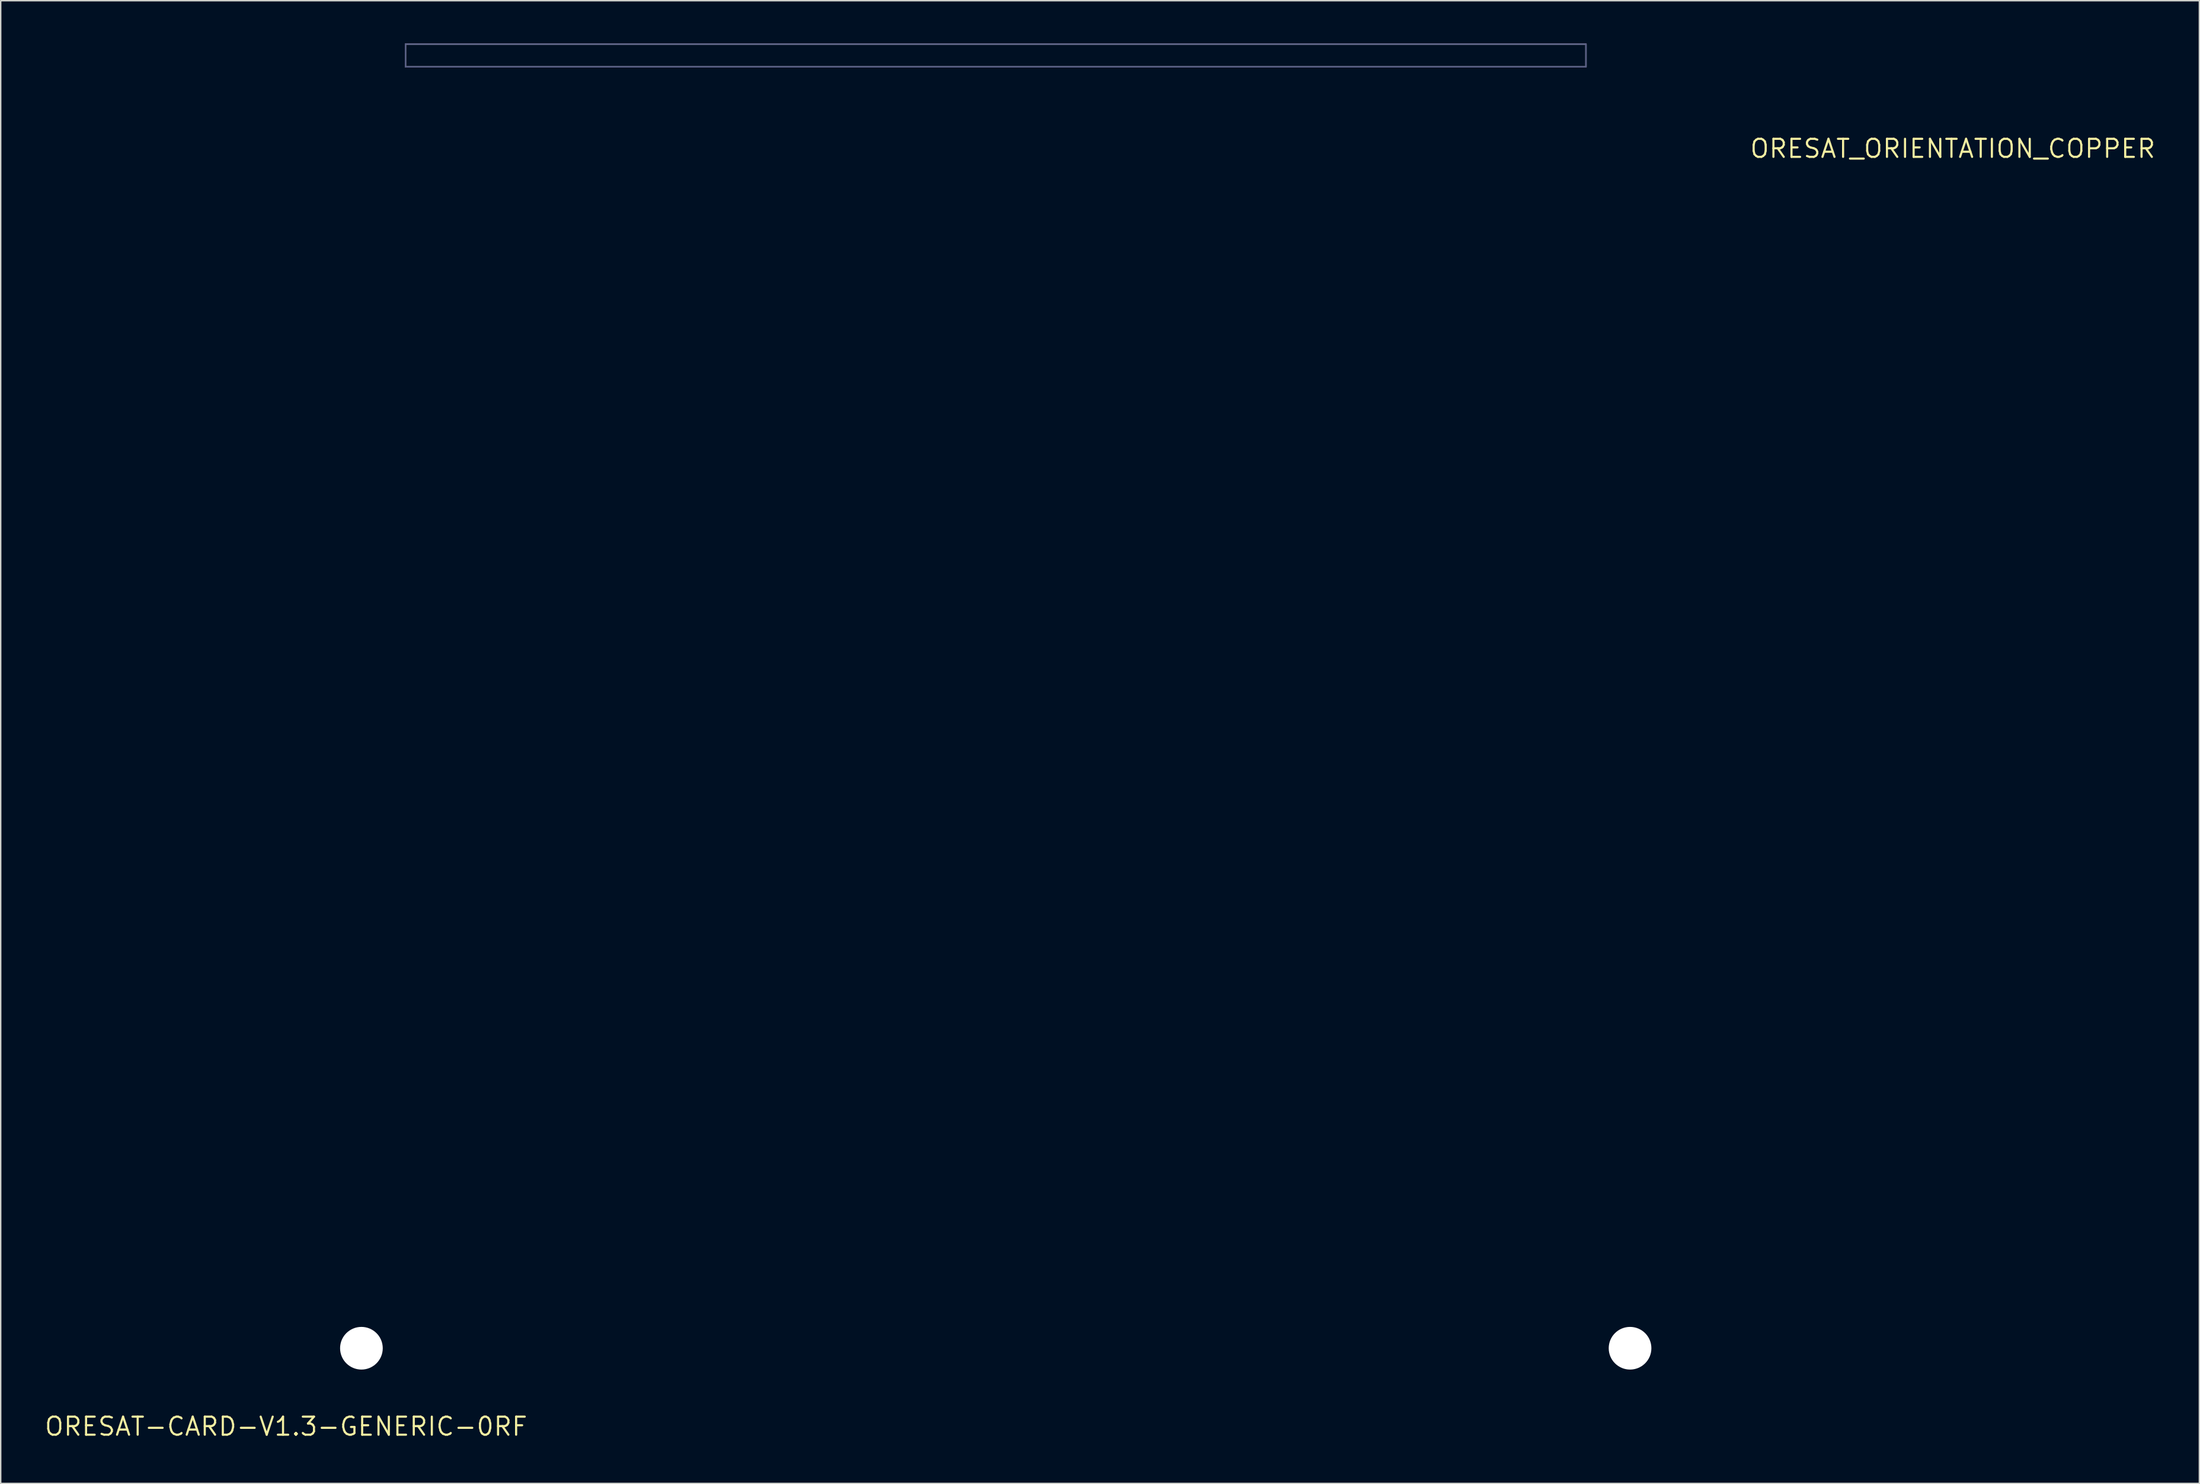
<source format=kicad_pcb>
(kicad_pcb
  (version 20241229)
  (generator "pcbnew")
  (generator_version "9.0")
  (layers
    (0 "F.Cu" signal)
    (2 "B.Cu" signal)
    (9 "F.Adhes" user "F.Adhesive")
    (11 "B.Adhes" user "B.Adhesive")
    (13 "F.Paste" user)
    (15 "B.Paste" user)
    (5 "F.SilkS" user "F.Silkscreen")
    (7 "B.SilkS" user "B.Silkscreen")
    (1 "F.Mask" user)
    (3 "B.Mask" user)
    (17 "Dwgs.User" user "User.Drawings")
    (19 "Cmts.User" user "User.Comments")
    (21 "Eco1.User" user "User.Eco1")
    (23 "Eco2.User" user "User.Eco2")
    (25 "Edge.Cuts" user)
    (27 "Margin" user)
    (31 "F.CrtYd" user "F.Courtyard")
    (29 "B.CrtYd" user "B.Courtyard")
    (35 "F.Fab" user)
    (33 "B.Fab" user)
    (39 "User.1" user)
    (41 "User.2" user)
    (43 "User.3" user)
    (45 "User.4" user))
  (footprint "ORESAT_ORIENTATION_COPPER"
    (layer "F.Cu")
    (at 134.252 7.4)
    (property "Reference" "ORESAT_ORIENTATION_COPPER" (at 0 0 0) (layer "F.SilkS") (effects (font (size 1.27 1.27) (thickness 0.15))))
    (fp_line (start 1.875 1.625) (end 1.625 1.875) (stroke (width 0.2) (type solid)) (layer "F.Mask"))
    (fp_poly (pts (xy -4.6 -1.759) (xy -4.6 -4.6) (xy -1.759 -4.6)) (stroke (width 0) (type default)) (fill yes) (layer "F.Mask"))
    (fp_poly (pts (xy 2.35 2.35) (xy 1.009 2.35) (xy 2.35 1.009)) (stroke (width 0) (type default)) (fill yes) (layer "F.Mask"))
    (fp_poly (pts (xy -1.816 -2.843) (xy -1.473 -2.272) (xy -1.098 -1.72) (xy -0.695 -1.189) (xy -0.263 -0.68) (xy 0.197 -0.195) (xy 2.212 1.821) (xy 2.479 2.62) (xy -3.391 -3.25) (xy -2.472 -4.169)) (stroke (width 0) (type default)) (fill yes) (layer "F.Mask"))
    (fp_poly (pts (xy 2.583 2.466) (xy 1.821 2.212) (xy -0.195 0.197) (xy -0.68 -0.263) (xy -1.189 -0.695) (xy -1.72 -1.098) (xy -2.272 -1.473) (xy -2.843 -1.816) (xy -4.169 -2.472) (xy -2.997 -3.645)) (stroke (width 0) (type default)) (fill yes) (layer "F.Mask"))
    (fp_poly (pts (xy 1.153 -4.436) (xy 0.564 -4.436) (xy 0.564 -0.564) (xy 4.436 -0.564) (xy 4.436 -1.153) (xy 5.59 0) (xy 4.436 1.153) (xy 4.436 0.564) (xy 0.564 0.564) (xy 0.564 4.436) (xy 1.153 4.436) (xy 0 5.59) (xy -1.153 4.436) (xy -0.564 4.436) (xy -0.564 0.564) (xy -4.436 0.564) (xy -4.436 1.153) (xy -5.59 0) (xy -4.436 -1.153) (xy -4.436 -0.564) (xy -0.564 -0.564) (xy -0.564 -4.436) (xy -1.153 -4.436) (xy 0 -5.59)) (stroke (width 0) (type default)) (fill yes) (layer "F.Mask"))
    (fp_text user "+X" (at 0 6 180) (unlocked yes) (layer "F.Mask") (effects (font (size 0.8 0.8) (thickness 0.2)) (justify bottom)))
    (fp_text user "+Z" (at -4.623 -5.992 180) (unlocked yes) (layer "F.Mask") (effects (font (size 1 1) (thickness 0.25)) (justify left bottom)))
    (fp_text user "-X" (at 0 -6 0) (unlocked yes) (layer "F.Mask") (effects (font (size 0.8 0.8) (thickness 0.2)) (justify bottom)))
    (fp_text user "-Z" (at 2.147 3.292 0) (unlocked yes) (layer "F.Mask") (effects (font (size 0.508 0.508) (thickness 0.127)) (justify left bottom)))
    (fp_text user "+Y" (at 6 0 180) (unlocked yes) (layer "F.Mask") (effects (font (size 0.8 0.8) (thickness 0.2)) (justify right)))
    (fp_text user "-Y" (at -6 0 0) (unlocked yes) (layer "F.Mask") (effects (font (size 0.8 0.8) (thickness 0.2)) (justify right))))
  (footprint "ORESAT-CARD-V1.3-GENERIC-0RF"
    (layer "F.Cu")
    (at 17.062 97.25)
    (property "Reference" "ORESAT-CARD-V1.3-GENERIC-0RF" (at 0 0 0) (layer "F.SilkS") (effects (font (size 1.27 1.27) (thickness 0.15))))
    (fp_poly (pts (xy 2.75 -8.55) (xy 0.497 -8.55) (xy 0.358 -8.568) (xy 0.225 -8.623) (xy 0.111 -8.711) (xy 0.021 -8.827) (xy -0.05 -9.093) (xy -0.05 -88.821) (xy 2.75 -91.621)) (stroke (width 0) (type default)) (fill yes) (layer "F.Mask"))
    (fp_poly (pts (xy 99.85 -88.822) (xy 99.85 -9.097) (xy 99.832 -8.958) (xy 99.777 -8.825) (xy 99.689 -8.711) (xy 99.575 -8.623) (xy 99.442 -8.568) (xy 99.303 -8.55) (xy 97.05 -8.55) (xy 97.05 -91.414)) (stroke (width 0) (type default)) (fill yes) (layer "F.Mask"))
    (fp_poly (pts (xy 84.35 -0.497) (xy 84.332 -0.358) (xy 84.277 -0.225) (xy 84.189 -0.111) (xy 84.075 -0.023) (xy 83.942 0.032) (xy 83.803 0.05) (xy 15.997 0.05) (xy 15.858 0.032) (xy 15.725 -0.023) (xy 15.611 -0.111) (xy 15.521 -0.227) (xy 15.45 -0.493) (xy 15.45 -2.65) (xy 84.35 -2.65)) (stroke (width 0) (type default)) (fill yes) (layer "F.Mask"))
    (fp_poly (pts (xy 2.75 -8.55) (xy 0.497 -8.55) (xy 0.358 -8.568) (xy 0.225 -8.623) (xy 0.111 -8.711) (xy 0.021 -8.827) (xy -0.05 -9.093) (xy -0.05 -88.821) (xy 2.75 -91.621)) (stroke (width 0) (type default)) (fill yes) (layer "B.Mask"))
    (fp_poly (pts (xy 99.85 -88.822) (xy 99.85 -9.097) (xy 99.832 -8.958) (xy 99.777 -8.825) (xy 99.689 -8.711) (xy 99.575 -8.623) (xy 99.442 -8.568) (xy 99.303 -8.55) (xy 97.05 -8.55) (xy 97.05 -91.414)) (stroke (width 0) (type default)) (fill yes) (layer "B.Mask"))
    (fp_poly (pts (xy 84.35 -0.497) (xy 84.332 -0.358) (xy 84.277 -0.225) (xy 84.189 -0.111) (xy 84.075 -0.023) (xy 83.942 0.032) (xy 83.803 0.05) (xy 15.997 0.05) (xy 15.858 0.032) (xy 15.725 -0.023) (xy 15.611 -0.111) (xy 15.521 -0.227) (xy 15.45 -0.493) (xy 15.45 -2.65) (xy 84.35 -2.65)) (stroke (width 0) (type default)) (fill yes) (layer "B.Mask"))
    (fp_line (start 0 -88.8) (end 0 -9.1) (stroke (width 0.001) (type solid)) (layer "Cmts.User"))
    (fp_line (start 0.5 -8.6) (end 2.25 -8.6) (stroke (width 0.001) (type solid)) (layer "Cmts.User"))
    (fp_line (start 2.5 -91.3) (end 2.5 -8.6) (stroke (width 0.001) (type solid)) (layer "Cmts.User"))
    (fp_line (start 2.75 -8.1) (end 2.75 -3.4) (stroke (width 0.001) (type solid)) (layer "Cmts.User"))
    (fp_line (start 3.25 -2.9) (end 4.6 -2.9) (stroke (width 0.001) (type solid)) (layer "Cmts.User"))
    (fp_line (start 4.6 -93.4) (end 0 -88.8) (stroke (width 0.001) (type solid)) (layer "Cmts.User"))
    (fp_line (start 4.6 -2.9) (end 4.6 -93.4) (stroke (width 0.001) (type solid)) (layer "Cmts.User"))
    (fp_line (start 4.6 -2.9) (end 15 -2.9) (stroke (width 0.001) (type solid)) (layer "Cmts.User"))
    (fp_line (start 5.8 -94.6) (end 4.6 -93.4) (stroke (width 0.001) (type solid)) (layer "Cmts.User"))
    (fp_line (start 8.4 -95.6) (end 8.4 -97.2) (stroke (width 0.001) (type solid)) (layer "Cmts.User"))
    (fp_line (start 8.4 -2.9) (end 8.4 -94.6) (stroke (width 0.001) (type solid)) (layer "Cmts.User"))
    (fp_line (start 8.668 -94.6) (end 5.8 -94.6) (stroke (width 0.001) (type solid)) (layer "Cmts.User"))
    (fp_line (start 9.873 -87.9) (end 56.421 -87.9) (stroke (width 0.001) (type solid)) (layer "Cmts.User"))
    (fp_line (start 15.5 -2.4) (end 15.5 -0.5) (stroke (width 0.001) (type solid)) (layer "Cmts.User"))
    (fp_line (start 15.5 -2.4) (end 84.3 -2.4) (stroke (width 0.001) (type solid)) (layer "Cmts.User"))
    (fp_line (start 16 0) (end 83.8 0) (stroke (width 0.001) (type solid)) (layer "Cmts.User"))
    (fp_line (start 21.9 -89.9) (end 21.9 -85.9) (stroke (width 0.001) (type solid)) (layer "Cmts.User"))
    (fp_line (start 31.668 -94.6) (end 12.132 -94.6) (stroke (width 0.001) (type solid)) (layer "Cmts.User"))
    (fp_line (start 49.9 -44.572) (end 49.9 -89.9) (stroke (width 0.001) (type solid)) (layer "Cmts.User"))
    (fp_line (start 64.668 -94.6) (end 35.132 -94.6) (stroke (width 0.001) (type solid)) (layer "Cmts.User"))
    (fp_line (start 84.3 -0.5) (end 84.3 -2.4) (stroke (width 0.001) (type solid)) (layer "Cmts.User"))
    (fp_line (start 84.8 -2.9) (end 95.2 -2.9) (stroke (width 0.001) (type solid)) (layer "Cmts.User"))
    (fp_line (start 87.668 -94.6) (end 68.132 -94.6) (stroke (width 0.001) (type solid)) (layer "Cmts.User"))
    (fp_line (start 91.4 -97.2) (end 8.4 -97.2) (stroke (width 0.001) (type solid)) (layer "Cmts.User"))
    (fp_line (start 91.4 -97.2) (end 91.4 -95.6) (stroke (width 0.001) (type solid)) (layer "Cmts.User"))
    (fp_line (start 91.4 -95.6) (end 8.4 -95.6) (stroke (width 0.001) (type solid)) (layer "Cmts.User"))
    (fp_line (start 91.4 -2.9) (end 91.4 -94.6) (stroke (width 0.001) (type solid)) (layer "Cmts.User"))
    (fp_line (start 94 -94.6) (end 91.132 -94.6) (stroke (width 0.001) (type solid)) (layer "Cmts.User"))
    (fp_line (start 95.2 -93.4) (end 94 -94.6) (stroke (width 0.001) (type solid)) (layer "Cmts.User"))
    (fp_line (start 95.2 -2.9) (end 95.2 -93.4) (stroke (width 0.001) (type solid)) (layer "Cmts.User"))
    (fp_line (start 95.2 -2.9) (end 96.55 -2.9) (stroke (width 0.001) (type solid)) (layer "Cmts.User"))
    (fp_line (start 97.05 -3.4) (end 97.05 -8.1) (stroke (width 0.001) (type solid)) (layer "Cmts.User"))
    (fp_line (start 97.3 -8.55) (end 97.3 -91.3) (stroke (width 0.001) (type solid)) (layer "Cmts.User"))
    (fp_line (start 97.55 -8.6) (end 99.3 -8.6) (stroke (width 0.001) (type solid)) (layer "Cmts.User"))
    (fp_line (start 99.8 -88.8) (end 95.2 -93.4) (stroke (width 0.001) (type solid)) (layer "Cmts.User"))
    (fp_line (start 99.8 -9.1) (end 99.8 -88.8) (stroke (width 0.001) (type solid)) (layer "Cmts.User"))
    (fp_arc (start 0.5 -8.6) (mid 0.146447 -8.746447) (end 0 -9.1) (stroke (width 0.001) (type solid)) (layer "Cmts.User"))
    (fp_arc (start 2.25 -8.6) (mid 2.603553 -8.453553) (end 2.75 -8.1) (stroke (width 0.001) (type solid)) (layer "Cmts.User"))
    (fp_arc (start 3.25 -2.9) (mid 2.896447 -3.046447) (end 2.75 -3.4) (stroke (width 0.001) (type solid)) (layer "Cmts.User"))
    (fp_arc (start 12.13205 -94.6) (mid 10.400001 -93.6) (end 8.667951 -94.599999) (stroke (width 0.001) (type solid)) (layer "Cmts.User"))
    (fp_arc (start 15 -2.9) (mid 15.353553 -2.753553) (end 15.5 -2.4) (stroke (width 0.001) (type solid)) (layer "Cmts.User"))
    (fp_arc (start 16 0) (mid 15.646447 -0.146447) (end 15.5 -0.5) (stroke (width 0.001) (type solid)) (layer "Cmts.User"))
    (fp_arc (start 35.13205 -94.6) (mid 33.400001 -93.6) (end 31.667951 -94.599999) (stroke (width 0.001) (type solid)) (layer "Cmts.User"))
    (fp_arc (start 68.13205 -94.6) (mid 66.400001 -93.6) (end 64.667951 -94.599999) (stroke (width 0.001) (type solid)) (layer "Cmts.User"))
    (fp_arc (start 84.3 -2.4) (mid 84.446447 -2.753553) (end 84.8 -2.9) (stroke (width 0.001) (type solid)) (layer "Cmts.User"))
    (fp_arc (start 84.3 -0.5) (mid 84.153553 -0.146447) (end 83.8 0) (stroke (width 0.001) (type solid)) (layer "Cmts.User"))
    (fp_arc (start 91.13205 -94.6) (mid 89.400001 -93.6) (end 87.667951 -94.599999) (stroke (width 0.001) (type solid)) (layer "Cmts.User"))
    (fp_arc (start 97.05 -8.1) (mid 97.196447 -8.453553) (end 97.55 -8.6) (stroke (width 0.001) (type solid)) (layer "Cmts.User"))
    (fp_arc (start 97.05 -3.4) (mid 96.903553 -3.046447) (end 96.55 -2.9) (stroke (width 0.001) (type solid)) (layer "Cmts.User"))
    (fp_arc (start 99.8 -9.1) (mid 99.653553 -8.746447) (end 99.3 -8.6) (stroke (width 0.001) (type solid)) (layer "Cmts.User"))
    (fp_circle (center 49.9 -49.8) (end 52.4 -49.8) (stroke (width 0.001) (type solid)) (fill no) (layer "Cmts.User"))
    (fp_line (start 0 -88.8) (end 0 -9.1) (stroke (width 0.001) (type solid)) (layer "Edge.Cuts"))
    (fp_line (start 0.5 -8.6) (end 2.25 -8.6) (stroke (width 0.001) (type solid)) (layer "Edge.Cuts"))
    (fp_line (start 2.75 -8.1) (end 2.75 -3.4) (stroke (width 0.001) (type solid)) (layer "Edge.Cuts"))
    (fp_line (start 3.25 -2.9) (end 15 -2.9) (stroke (width 0.001) (type solid)) (layer "Edge.Cuts"))
    (fp_line (start 5.8 -94.6) (end 0 -88.8) (stroke (width 0.001) (type solid)) (layer "Edge.Cuts"))
    (fp_line (start 8.668 -94.6) (end 5.8 -94.6) (stroke (width 0.001) (type solid)) (layer "Edge.Cuts"))
    (fp_line (start 15.5 -2.4) (end 15.5 -0.5) (stroke (width 0.001) (type solid)) (layer "Edge.Cuts"))
    (fp_line (start 16 0) (end 83.8 0) (stroke (width 0.001) (type solid)) (layer "Edge.Cuts"))
    (fp_line (start 31.668 -94.6) (end 12.132 -94.6) (stroke (width 0.001) (type solid)) (layer "Edge.Cuts"))
    (fp_line (start 64.668 -94.6) (end 35.132 -94.6) (stroke (width 0.001) (type solid)) (layer "Edge.Cuts"))
    (fp_line (start 84.3 -0.5) (end 84.3 -2.4) (stroke (width 0.001) (type solid)) (layer "Edge.Cuts"))
    (fp_line (start 84.8 -2.9) (end 96.55 -2.9) (stroke (width 0.001) (type solid)) (layer "Edge.Cuts"))
    (fp_line (start 87.668 -94.6) (end 68.132 -94.6) (stroke (width 0.001) (type solid)) (layer "Edge.Cuts"))
    (fp_line (start 94 -94.6) (end 91.132 -94.6) (stroke (width 0.001) (type solid)) (layer "Edge.Cuts"))
    (fp_line (start 97.05 -3.4) (end 97.05 -8.1) (stroke (width 0.001) (type solid)) (layer "Edge.Cuts"))
    (fp_line (start 97.55 -8.6) (end 99.3 -8.6) (stroke (width 0.001) (type solid)) (layer "Edge.Cuts"))
    (fp_line (start 99.8 -88.8) (end 94 -94.6) (stroke (width 0.001) (type solid)) (layer "Edge.Cuts"))
    (fp_line (start 99.8 -9.1) (end 99.8 -88.8) (stroke (width 0.001) (type solid)) (layer "Edge.Cuts"))
    (fp_arc (start 0.5 -8.6) (mid 0.146447 -8.746447) (end 0 -9.1) (stroke (width 0.001) (type solid)) (layer "Edge.Cuts"))
    (fp_arc (start 2.25 -8.6) (mid 2.603553 -8.453553) (end 2.75 -8.1) (stroke (width 0.001) (type solid)) (layer "Edge.Cuts"))
    (fp_arc (start 3.25 -2.9) (mid 2.896447 -3.046447) (end 2.75 -3.4) (stroke (width 0.001) (type solid)) (layer "Edge.Cuts"))
    (fp_arc (start 12.132049 -94.599999) (mid 10.399999 -93.600001) (end 8.66795 -94.6) (stroke (width 0.001) (type solid)) (layer "Edge.Cuts"))
    (fp_arc (start 15 -2.9) (mid 15.353553 -2.753553) (end 15.5 -2.4) (stroke (width 0.001) (type solid)) (layer "Edge.Cuts"))
    (fp_arc (start 16 0) (mid 15.646447 -0.146447) (end 15.5 -0.5) (stroke (width 0.001) (type solid)) (layer "Edge.Cuts"))
    (fp_arc (start 35.132049 -94.599999) (mid 33.399999 -93.600001) (end 31.66795 -94.6) (stroke (width 0.001) (type solid)) (layer "Edge.Cuts"))
    (fp_arc (start 68.13205 -94.6) (mid 66.400001 -93.6) (end 64.667951 -94.599999) (stroke (width 0.001) (type solid)) (layer "Edge.Cuts"))
    (fp_arc (start 84.3 -2.4) (mid 84.446447 -2.753553) (end 84.8 -2.9) (stroke (width 0.001) (type solid)) (layer "Edge.Cuts"))
    (fp_arc (start 84.3 -0.5) (mid 84.153553 -0.146447) (end 83.8 0) (stroke (width 0.001) (type solid)) (layer "Edge.Cuts"))
    (fp_arc (start 91.13205 -94.6) (mid 89.400001 -93.6) (end 87.667951 -94.599999) (stroke (width 0.001) (type solid)) (layer "Edge.Cuts"))
    (fp_arc (start 97.05 -8.1) (mid 97.196447 -8.453553) (end 97.55 -8.6) (stroke (width 0.001) (type solid)) (layer "Edge.Cuts"))
    (fp_arc (start 97.05 -3.4) (mid 96.903553 -3.046447) (end 96.55 -2.9) (stroke (width 0.001) (type solid)) (layer "Edge.Cuts"))
    (fp_arc (start 99.8 -9.1) (mid 99.653553 -8.746447) (end 99.3 -8.6) (stroke (width 0.001) (type solid)) (layer "Edge.Cuts"))
    (fp_line (start 4.6 -2.9) (end 4.6 -93.4) (stroke (width 0.001) (type solid)) (layer "B.CrtYd"))
    (fp_line (start 95.2 -2.9) (end 95.2 -93.4) (stroke (width 0.001) (type solid)) (layer "B.CrtYd"))
    (fp_line (start 4.6 -2.9) (end 4.6 -93.4) (stroke (width 0.001) (type solid)) (layer "F.CrtYd"))
    (fp_line (start 95.2 -2.9) (end 95.2 -93.4) (stroke (width 0.001) (type solid)) (layer "F.CrtYd"))
    (fp_line (start 4.6 -2.9) (end 4.6 -93.4) (stroke (width 0.001) (type solid)) (layer "B.Fab"))
    (fp_line (start 8.4 -2.9) (end 8.4 -94.6) (stroke (width 0.001) (type solid)) (layer "B.Fab"))
    (fp_line (start 91.4 -2.9) (end 91.4 -94.6) (stroke (width 0.001) (type solid)) (layer "B.Fab"))
    (fp_line (start 95.2 -2.9) (end 95.2 -93.4) (stroke (width 0.001) (type solid)) (layer "B.Fab"))
    (fp_poly (pts (xy 8.4 -95.6) (xy 91.4 -95.6) (xy 91.4 -97.2) (xy 8.4 -97.2)) (stroke (width 0.1) (type default)) (fill no) (layer "B.Fab"))
    (fp_line (start 4.6 -2.9) (end 4.6 -93.4) (stroke (width 0.001) (type solid)) (layer "F.Fab"))
    (fp_line (start 8.4 -2.9) (end 8.4 -94.6) (stroke (width 0.001) (type solid)) (layer "F.Fab"))
    (fp_line (start 20.9 -87.894) (end 22.9 -87.894) (stroke (width 0.001) (type solid)) (layer "F.Fab"))
    (fp_line (start 21.9 -88.894) (end 21.9 -86.894) (stroke (width 0.001) (type solid)) (layer "F.Fab"))
    (fp_line (start 48.9 -87.894) (end 50.9 -87.894) (stroke (width 0.001) (type solid)) (layer "F.Fab"))
    (fp_line (start 48.9 -49.8) (end 50.9 -49.8) (stroke (width 0.001) (type solid)) (layer "F.Fab"))
    (fp_line (start 49.9 -88.894) (end 49.9 -86.894) (stroke (width 0.001) (type solid)) (layer "F.Fab"))
    (fp_line (start 49.9 -50.8) (end 49.9 -48.8) (stroke (width 0.001) (type solid)) (layer "F.Fab"))
    (fp_line (start 91.4 -2.9) (end 91.4 -94.6) (stroke (width 0.001) (type solid)) (layer "F.Fab"))
    (fp_line (start 95.2 -2.9) (end 95.2 -93.4) (stroke (width 0.001) (type solid)) (layer "F.Fab"))
    (fp_circle (center 21.9 -87.894) (end 22.4 -87.894) (stroke (width 0.001) (type solid)) (fill no) (layer "F.Fab"))
    (fp_circle (center 49.9 -87.894) (end 50.4 -87.894) (stroke (width 0.001) (type solid)) (fill no) (layer "F.Fab"))
    (fp_circle (center 49.9 -49.8) (end 50.4 -49.8) (stroke (width 0.001) (type solid)) (fill no) (layer "F.Fab"))
    (fp_poly (pts (xy 8.4 -95.6) (xy 91.4 -95.6) (xy 91.4 -97.2) (xy 8.4 -97.2)) (stroke (width 0.1) (type default)) (fill no) (layer "F.Fab"))
    (pad "" np_thru_hole circle (at 5.3 -5.5) (size 3 3) (drill 3) (layers "*.Cu" "*.Mask"))
    (pad "" np_thru_hole circle (at 94.5 -5.5) (size 3 3) (drill 3) (layers "*.Cu" "*.Mask")))
  (gr_rect
    (start -3 -3)
    (end 151.592 101.256)
    (stroke (width 0.1) (type default))
    (fill no)
    (layer "Edge.Cuts")))
</source>
